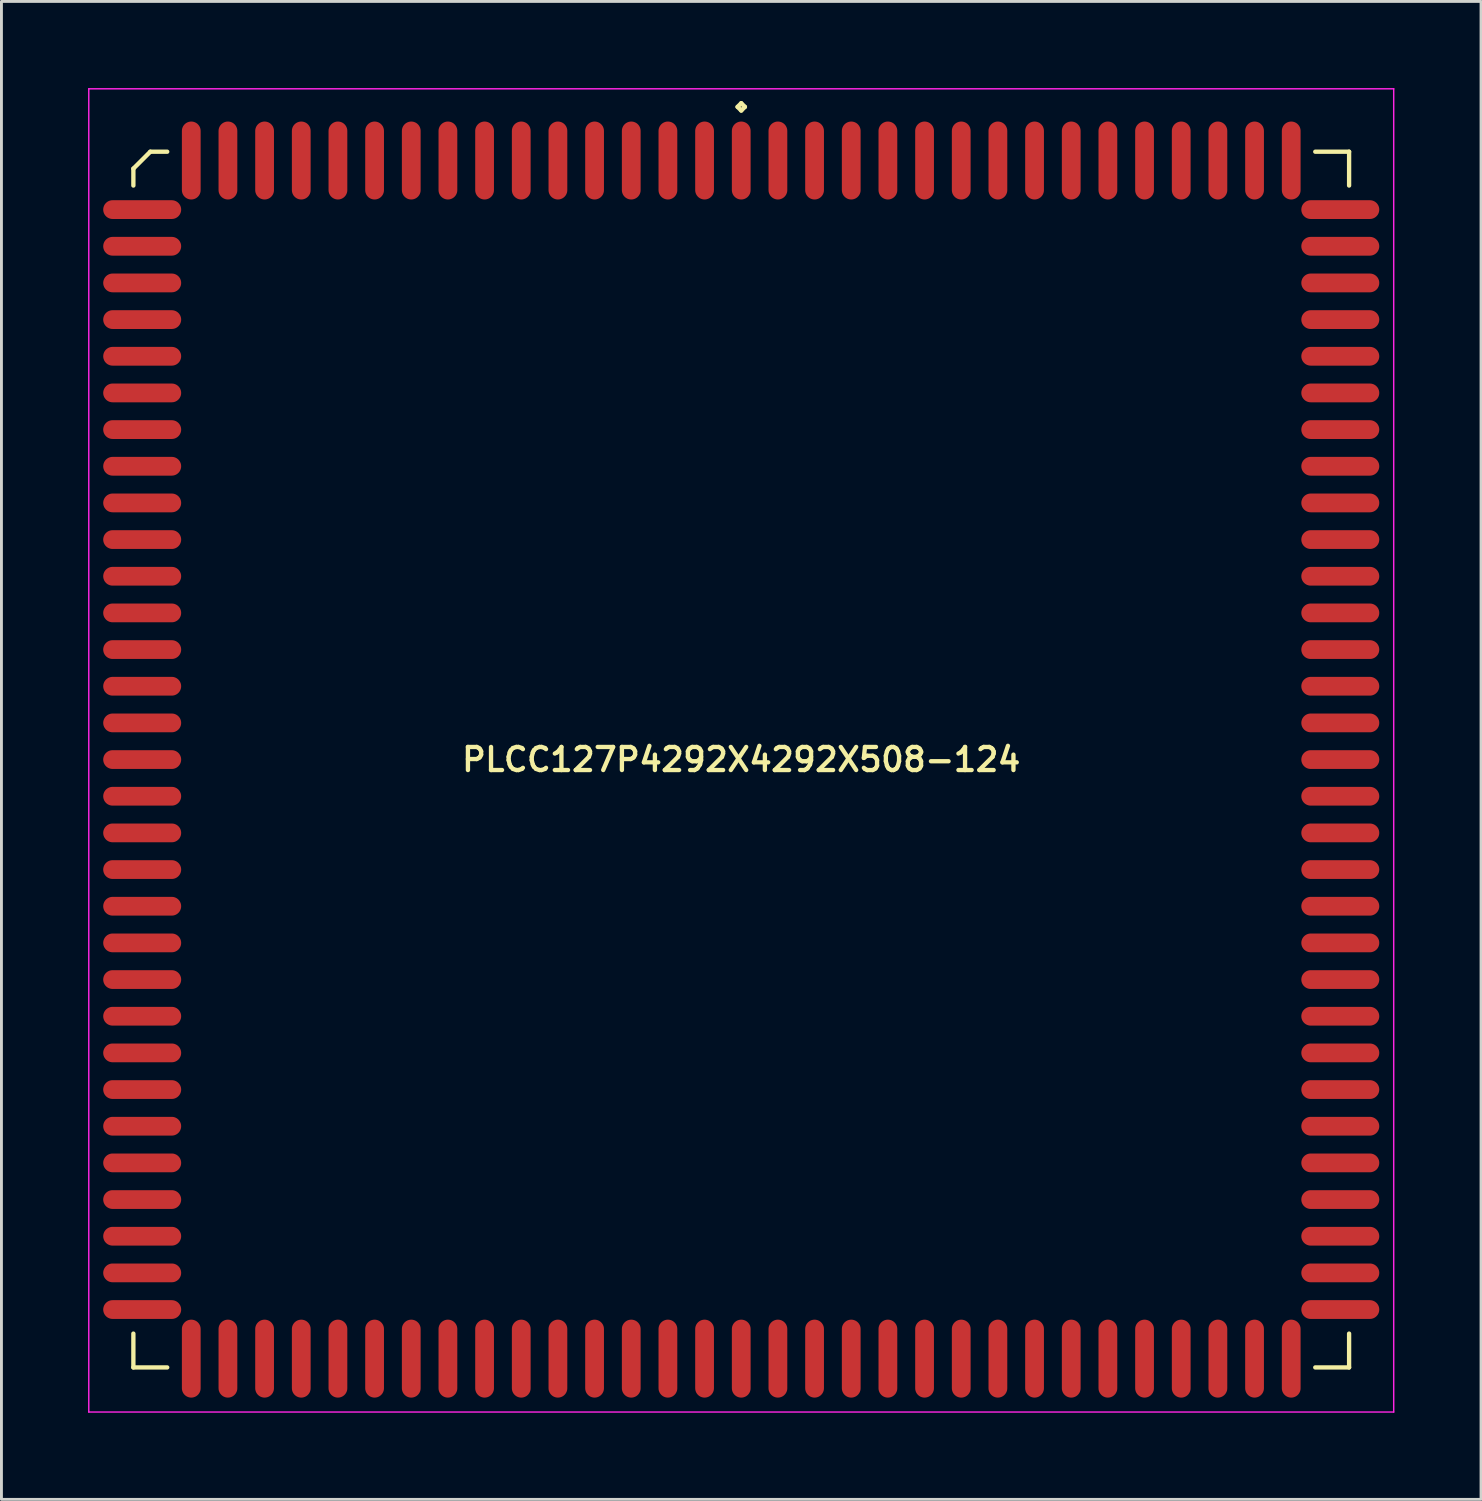
<source format=kicad_pcb>
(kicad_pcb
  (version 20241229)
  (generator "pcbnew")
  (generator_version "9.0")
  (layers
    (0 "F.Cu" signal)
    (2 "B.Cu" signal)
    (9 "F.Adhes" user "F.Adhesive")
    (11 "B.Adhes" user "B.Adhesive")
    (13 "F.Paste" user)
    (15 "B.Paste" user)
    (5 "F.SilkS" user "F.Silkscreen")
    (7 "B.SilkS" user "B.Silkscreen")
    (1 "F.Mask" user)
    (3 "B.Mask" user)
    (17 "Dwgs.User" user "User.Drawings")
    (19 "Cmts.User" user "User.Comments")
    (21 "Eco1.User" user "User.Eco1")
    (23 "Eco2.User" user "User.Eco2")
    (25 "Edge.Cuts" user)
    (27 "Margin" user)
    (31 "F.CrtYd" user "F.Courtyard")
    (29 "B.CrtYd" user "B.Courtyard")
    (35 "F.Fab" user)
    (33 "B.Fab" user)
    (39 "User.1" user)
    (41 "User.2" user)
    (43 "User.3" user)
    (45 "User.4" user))
  (footprint "PLCC127P4292X4292X508-124"
    (layer "F.Cu")
    (at 22.625 23.26)
    (property "Reference" "PLCC127P4292X4292X508-124" (at 0 0 0) (layer "F.SilkS") (effects (font (size 0.8 0.8) (thickness 0.15))))
    (attr smd)
    (fp_line (start -21.055 -20.469) (end -20.469 -21.055) (stroke (width 0.15) (type solid)) (layer "F.SilkS"))
    (fp_line (start -21.055 -19.883) (end -21.055 -20.469) (stroke (width 0.15) (type solid)) (layer "F.SilkS"))
    (fp_line (start -21.055 19.883) (end -21.055 21.055) (stroke (width 0.15) (type solid)) (layer "F.SilkS"))
    (fp_line (start -21.055 21.055) (end -19.883 21.055) (stroke (width 0.15) (type solid)) (layer "F.SilkS"))
    (fp_line (start -20.469 -21.055) (end -19.883 -21.055) (stroke (width 0.15) (type solid)) (layer "F.SilkS"))
    (fp_line (start -0.127 -22.608) (end 0 -22.735) (stroke (width 0.15) (type solid)) (layer "F.SilkS"))
    (fp_line (start 0 -22.735) (end 0.127 -22.608) (stroke (width 0.15) (type solid)) (layer "F.SilkS"))
    (fp_line (start 0 -22.481) (end -0.127 -22.608) (stroke (width 0.15) (type solid)) (layer "F.SilkS"))
    (fp_line (start 0.127 -22.608) (end 0 -22.481) (stroke (width 0.15) (type solid)) (layer "F.SilkS"))
    (fp_line (start 21.055 -21.055) (end 19.883 -21.055) (stroke (width 0.15) (type solid)) (layer "F.SilkS"))
    (fp_line (start 21.055 -19.883) (end 21.055 -21.055) (stroke (width 0.15) (type solid)) (layer "F.SilkS"))
    (fp_line (start 21.055 19.883) (end 21.055 21.055) (stroke (width 0.15) (type solid)) (layer "F.SilkS"))
    (fp_line (start 21.055 21.055) (end 19.883 21.055) (stroke (width 0.15) (type solid)) (layer "F.SilkS"))
    (fp_line (start -22.6 -23.235) (end 22.6 -23.235) (stroke (width 0.05) (type solid)) (layer "F.CrtYd"))
    (fp_line (start -22.6 22.6) (end -22.6 -23.235) (stroke (width 0.05) (type solid)) (layer "F.CrtYd"))
    (fp_line (start 22.6 -23.235) (end 22.6 22.6) (stroke (width 0.05) (type solid)) (layer "F.CrtYd"))
    (fp_line (start 22.6 22.6) (end -22.6 22.6) (stroke (width 0.05) (type solid)) (layer "F.CrtYd"))
    (pad "1" smd oval (at 0 -20.75) (size 0.65 2.7) (layers "F.Cu" "F.Mask" "F.Paste"))
    (pad "2" smd oval (at -1.27 -20.75) (size 0.65 2.7) (layers "F.Cu" "F.Mask" "F.Paste"))
    (pad "3" smd oval (at -2.54 -20.75) (size 0.65 2.7) (layers "F.Cu" "F.Mask" "F.Paste"))
    (pad "4" smd oval (at -3.81 -20.75) (size 0.65 2.7) (layers "F.Cu" "F.Mask" "F.Paste"))
    (pad "5" smd oval (at -5.08 -20.75) (size 0.65 2.7) (layers "F.Cu" "F.Mask" "F.Paste"))
    (pad "6" smd oval (at -6.35 -20.75) (size 0.65 2.7) (layers "F.Cu" "F.Mask" "F.Paste"))
    (pad "7" smd oval (at -7.62 -20.75) (size 0.65 2.7) (layers "F.Cu" "F.Mask" "F.Paste"))
    (pad "8" smd oval (at -8.89 -20.75) (size 0.65 2.7) (layers "F.Cu" "F.Mask" "F.Paste"))
    (pad "9" smd oval (at -10.16 -20.75) (size 0.65 2.7) (layers "F.Cu" "F.Mask" "F.Paste"))
    (pad "10" smd oval (at -11.43 -20.75) (size 0.65 2.7) (layers "F.Cu" "F.Mask" "F.Paste"))
    (pad "11" smd oval (at -12.7 -20.75) (size 0.65 2.7) (layers "F.Cu" "F.Mask" "F.Paste"))
    (pad "12" smd oval (at -13.97 -20.75) (size 0.65 2.7) (layers "F.Cu" "F.Mask" "F.Paste"))
    (pad "13" smd oval (at -15.24 -20.75) (size 0.65 2.7) (layers "F.Cu" "F.Mask" "F.Paste"))
    (pad "14" smd oval (at -16.51 -20.75) (size 0.65 2.7) (layers "F.Cu" "F.Mask" "F.Paste"))
    (pad "15" smd oval (at -17.78 -20.75) (size 0.65 2.7) (layers "F.Cu" "F.Mask" "F.Paste"))
    (pad "16" smd oval (at -19.05 -20.75) (size 0.65 2.7) (layers "F.Cu" "F.Mask" "F.Paste"))
    (pad "17" smd oval (at -20.75 -19.05) (size 2.7 0.65) (layers "F.Cu" "F.Mask" "F.Paste"))
    (pad "18" smd oval (at -20.75 -17.78) (size 2.7 0.65) (layers "F.Cu" "F.Mask" "F.Paste"))
    (pad "19" smd oval (at -20.75 -16.51) (size 2.7 0.65) (layers "F.Cu" "F.Mask" "F.Paste"))
    (pad "20" smd oval (at -20.75 -15.24) (size 2.7 0.65) (layers "F.Cu" "F.Mask" "F.Paste"))
    (pad "21" smd oval (at -20.75 -13.97) (size 2.7 0.65) (layers "F.Cu" "F.Mask" "F.Paste"))
    (pad "22" smd oval (at -20.75 -12.7) (size 2.7 0.65) (layers "F.Cu" "F.Mask" "F.Paste"))
    (pad "23" smd oval (at -20.75 -11.43) (size 2.7 0.65) (layers "F.Cu" "F.Mask" "F.Paste"))
    (pad "24" smd oval (at -20.75 -10.16) (size 2.7 0.65) (layers "F.Cu" "F.Mask" "F.Paste"))
    (pad "25" smd oval (at -20.75 -8.89) (size 2.7 0.65) (layers "F.Cu" "F.Mask" "F.Paste"))
    (pad "26" smd oval (at -20.75 -7.62) (size 2.7 0.65) (layers "F.Cu" "F.Mask" "F.Paste"))
    (pad "27" smd oval (at -20.75 -6.35) (size 2.7 0.65) (layers "F.Cu" "F.Mask" "F.Paste"))
    (pad "28" smd oval (at -20.75 -5.08) (size 2.7 0.65) (layers "F.Cu" "F.Mask" "F.Paste"))
    (pad "29" smd oval (at -20.75 -3.81) (size 2.7 0.65) (layers "F.Cu" "F.Mask" "F.Paste"))
    (pad "30" smd oval (at -20.75 -2.54) (size 2.7 0.65) (layers "F.Cu" "F.Mask" "F.Paste"))
    (pad "31" smd oval (at -20.75 -1.27) (size 2.7 0.65) (layers "F.Cu" "F.Mask" "F.Paste"))
    (pad "32" smd oval (at -20.75 0) (size 2.7 0.65) (layers "F.Cu" "F.Mask" "F.Paste"))
    (pad "33" smd oval (at -20.75 1.27) (size 2.7 0.65) (layers "F.Cu" "F.Mask" "F.Paste"))
    (pad "34" smd oval (at -20.75 2.54) (size 2.7 0.65) (layers "F.Cu" "F.Mask" "F.Paste"))
    (pad "35" smd oval (at -20.75 3.81) (size 2.7 0.65) (layers "F.Cu" "F.Mask" "F.Paste"))
    (pad "36" smd oval (at -20.75 5.08) (size 2.7 0.65) (layers "F.Cu" "F.Mask" "F.Paste"))
    (pad "37" smd oval (at -20.75 6.35) (size 2.7 0.65) (layers "F.Cu" "F.Mask" "F.Paste"))
    (pad "38" smd oval (at -20.75 7.62) (size 2.7 0.65) (layers "F.Cu" "F.Mask" "F.Paste"))
    (pad "39" smd oval (at -20.75 8.89) (size 2.7 0.65) (layers "F.Cu" "F.Mask" "F.Paste"))
    (pad "40" smd oval (at -20.75 10.16) (size 2.7 0.65) (layers "F.Cu" "F.Mask" "F.Paste"))
    (pad "41" smd oval (at -20.75 11.43) (size 2.7 0.65) (layers "F.Cu" "F.Mask" "F.Paste"))
    (pad "42" smd oval (at -20.75 12.7) (size 2.7 0.65) (layers "F.Cu" "F.Mask" "F.Paste"))
    (pad "43" smd oval (at -20.75 13.97) (size 2.7 0.65) (layers "F.Cu" "F.Mask" "F.Paste"))
    (pad "44" smd oval (at -20.75 15.24) (size 2.7 0.65) (layers "F.Cu" "F.Mask" "F.Paste"))
    (pad "45" smd oval (at -20.75 16.51) (size 2.7 0.65) (layers "F.Cu" "F.Mask" "F.Paste"))
    (pad "46" smd oval (at -20.75 17.78) (size 2.7 0.65) (layers "F.Cu" "F.Mask" "F.Paste"))
    (pad "47" smd oval (at -20.75 19.05) (size 2.7 0.65) (layers "F.Cu" "F.Mask" "F.Paste"))
    (pad "48" smd oval (at -19.05 20.75) (size 0.65 2.7) (layers "F.Cu" "F.Mask" "F.Paste"))
    (pad "49" smd oval (at -17.78 20.75) (size 0.65 2.7) (layers "F.Cu" "F.Mask" "F.Paste"))
    (pad "50" smd oval (at -16.51 20.75) (size 0.65 2.7) (layers "F.Cu" "F.Mask" "F.Paste"))
    (pad "51" smd oval (at -15.24 20.75) (size 0.65 2.7) (layers "F.Cu" "F.Mask" "F.Paste"))
    (pad "52" smd oval (at -13.97 20.75) (size 0.65 2.7) (layers "F.Cu" "F.Mask" "F.Paste"))
    (pad "53" smd oval (at -12.7 20.75) (size 0.65 2.7) (layers "F.Cu" "F.Mask" "F.Paste"))
    (pad "54" smd oval (at -11.43 20.75) (size 0.65 2.7) (layers "F.Cu" "F.Mask" "F.Paste"))
    (pad "55" smd oval (at -10.16 20.75) (size 0.65 2.7) (layers "F.Cu" "F.Mask" "F.Paste"))
    (pad "56" smd oval (at -8.89 20.75) (size 0.65 2.7) (layers "F.Cu" "F.Mask" "F.Paste"))
    (pad "57" smd oval (at -7.62 20.75) (size 0.65 2.7) (layers "F.Cu" "F.Mask" "F.Paste"))
    (pad "58" smd oval (at -6.35 20.75) (size 0.65 2.7) (layers "F.Cu" "F.Mask" "F.Paste"))
    (pad "59" smd oval (at -5.08 20.75) (size 0.65 2.7) (layers "F.Cu" "F.Mask" "F.Paste"))
    (pad "60" smd oval (at -3.81 20.75) (size 0.65 2.7) (layers "F.Cu" "F.Mask" "F.Paste"))
    (pad "61" smd oval (at -2.54 20.75) (size 0.65 2.7) (layers "F.Cu" "F.Mask" "F.Paste"))
    (pad "62" smd oval (at -1.27 20.75) (size 0.65 2.7) (layers "F.Cu" "F.Mask" "F.Paste"))
    (pad "63" smd oval (at 0 20.75) (size 0.65 2.7) (layers "F.Cu" "F.Mask" "F.Paste"))
    (pad "64" smd oval (at 1.27 20.75) (size 0.65 2.7) (layers "F.Cu" "F.Mask" "F.Paste"))
    (pad "65" smd oval (at 2.54 20.75) (size 0.65 2.7) (layers "F.Cu" "F.Mask" "F.Paste"))
    (pad "66" smd oval (at 3.81 20.75) (size 0.65 2.7) (layers "F.Cu" "F.Mask" "F.Paste"))
    (pad "67" smd oval (at 5.08 20.75) (size 0.65 2.7) (layers "F.Cu" "F.Mask" "F.Paste"))
    (pad "68" smd oval (at 6.35 20.75) (size 0.65 2.7) (layers "F.Cu" "F.Mask" "F.Paste"))
    (pad "69" smd oval (at 7.62 20.75) (size 0.65 2.7) (layers "F.Cu" "F.Mask" "F.Paste"))
    (pad "70" smd oval (at 8.89 20.75) (size 0.65 2.7) (layers "F.Cu" "F.Mask" "F.Paste"))
    (pad "71" smd oval (at 10.16 20.75) (size 0.65 2.7) (layers "F.Cu" "F.Mask" "F.Paste"))
    (pad "72" smd oval (at 11.43 20.75) (size 0.65 2.7) (layers "F.Cu" "F.Mask" "F.Paste"))
    (pad "73" smd oval (at 12.7 20.75) (size 0.65 2.7) (layers "F.Cu" "F.Mask" "F.Paste"))
    (pad "74" smd oval (at 13.97 20.75) (size 0.65 2.7) (layers "F.Cu" "F.Mask" "F.Paste"))
    (pad "75" smd oval (at 15.24 20.75) (size 0.65 2.7) (layers "F.Cu" "F.Mask" "F.Paste"))
    (pad "76" smd oval (at 16.51 20.75) (size 0.65 2.7) (layers "F.Cu" "F.Mask" "F.Paste"))
    (pad "77" smd oval (at 17.78 20.75) (size 0.65 2.7) (layers "F.Cu" "F.Mask" "F.Paste"))
    (pad "78" smd oval (at 19.05 20.75) (size 0.65 2.7) (layers "F.Cu" "F.Mask" "F.Paste"))
    (pad "79" smd oval (at 20.75 19.05) (size 2.7 0.65) (layers "F.Cu" "F.Mask" "F.Paste"))
    (pad "80" smd oval (at 20.75 17.78) (size 2.7 0.65) (layers "F.Cu" "F.Mask" "F.Paste"))
    (pad "81" smd oval (at 20.75 16.51) (size 2.7 0.65) (layers "F.Cu" "F.Mask" "F.Paste"))
    (pad "82" smd oval (at 20.75 15.24) (size 2.7 0.65) (layers "F.Cu" "F.Mask" "F.Paste"))
    (pad "83" smd oval (at 20.75 13.97) (size 2.7 0.65) (layers "F.Cu" "F.Mask" "F.Paste"))
    (pad "84" smd oval (at 20.75 12.7) (size 2.7 0.65) (layers "F.Cu" "F.Mask" "F.Paste"))
    (pad "85" smd oval (at 20.75 11.43) (size 2.7 0.65) (layers "F.Cu" "F.Mask" "F.Paste"))
    (pad "86" smd oval (at 20.75 10.16) (size 2.7 0.65) (layers "F.Cu" "F.Mask" "F.Paste"))
    (pad "87" smd oval (at 20.75 8.89) (size 2.7 0.65) (layers "F.Cu" "F.Mask" "F.Paste"))
    (pad "88" smd oval (at 20.75 7.62) (size 2.7 0.65) (layers "F.Cu" "F.Mask" "F.Paste"))
    (pad "89" smd oval (at 20.75 6.35) (size 2.7 0.65) (layers "F.Cu" "F.Mask" "F.Paste"))
    (pad "90" smd oval (at 20.75 5.08) (size 2.7 0.65) (layers "F.Cu" "F.Mask" "F.Paste"))
    (pad "91" smd oval (at 20.75 3.81) (size 2.7 0.65) (layers "F.Cu" "F.Mask" "F.Paste"))
    (pad "92" smd oval (at 20.75 2.54) (size 2.7 0.65) (layers "F.Cu" "F.Mask" "F.Paste"))
    (pad "93" smd oval (at 20.75 1.27) (size 2.7 0.65) (layers "F.Cu" "F.Mask" "F.Paste"))
    (pad "94" smd oval (at 20.75 0) (size 2.7 0.65) (layers "F.Cu" "F.Mask" "F.Paste"))
    (pad "95" smd oval (at 20.75 -1.27) (size 2.7 0.65) (layers "F.Cu" "F.Mask" "F.Paste"))
    (pad "96" smd oval (at 20.75 -2.54) (size 2.7 0.65) (layers "F.Cu" "F.Mask" "F.Paste"))
    (pad "97" smd oval (at 20.75 -3.81) (size 2.7 0.65) (layers "F.Cu" "F.Mask" "F.Paste"))
    (pad "98" smd oval (at 20.75 -5.08) (size 2.7 0.65) (layers "F.Cu" "F.Mask" "F.Paste"))
    (pad "99" smd oval (at 20.75 -6.35) (size 2.7 0.65) (layers "F.Cu" "F.Mask" "F.Paste"))
    (pad "100" smd oval (at 20.75 -7.62) (size 2.7 0.65) (layers "F.Cu" "F.Mask" "F.Paste"))
    (pad "101" smd oval (at 20.75 -8.89) (size 2.7 0.65) (layers "F.Cu" "F.Mask" "F.Paste"))
    (pad "102" smd oval (at 20.75 -10.16) (size 2.7 0.65) (layers "F.Cu" "F.Mask" "F.Paste"))
    (pad "103" smd oval (at 20.75 -11.43) (size 2.7 0.65) (layers "F.Cu" "F.Mask" "F.Paste"))
    (pad "104" smd oval (at 20.75 -12.7) (size 2.7 0.65) (layers "F.Cu" "F.Mask" "F.Paste"))
    (pad "105" smd oval (at 20.75 -13.97) (size 2.7 0.65) (layers "F.Cu" "F.Mask" "F.Paste"))
    (pad "106" smd oval (at 20.75 -15.24) (size 2.7 0.65) (layers "F.Cu" "F.Mask" "F.Paste"))
    (pad "107" smd oval (at 20.75 -16.51) (size 2.7 0.65) (layers "F.Cu" "F.Mask" "F.Paste"))
    (pad "108" smd oval (at 20.75 -17.78) (size 2.7 0.65) (layers "F.Cu" "F.Mask" "F.Paste"))
    (pad "109" smd oval (at 20.75 -19.05) (size 2.7 0.65) (layers "F.Cu" "F.Mask" "F.Paste"))
    (pad "110" smd oval (at 19.05 -20.75) (size 0.65 2.7) (layers "F.Cu" "F.Mask" "F.Paste"))
    (pad "111" smd oval (at 17.78 -20.75) (size 0.65 2.7) (layers "F.Cu" "F.Mask" "F.Paste"))
    (pad "112" smd oval (at 16.51 -20.75) (size 0.65 2.7) (layers "F.Cu" "F.Mask" "F.Paste"))
    (pad "113" smd oval (at 15.24 -20.75) (size 0.65 2.7) (layers "F.Cu" "F.Mask" "F.Paste"))
    (pad "114" smd oval (at 13.97 -20.75) (size 0.65 2.7) (layers "F.Cu" "F.Mask" "F.Paste"))
    (pad "115" smd oval (at 12.7 -20.75) (size 0.65 2.7) (layers "F.Cu" "F.Mask" "F.Paste"))
    (pad "116" smd oval (at 11.43 -20.75) (size 0.65 2.7) (layers "F.Cu" "F.Mask" "F.Paste"))
    (pad "117" smd oval (at 10.16 -20.75) (size 0.65 2.7) (layers "F.Cu" "F.Mask" "F.Paste"))
    (pad "118" smd oval (at 8.89 -20.75) (size 0.65 2.7) (layers "F.Cu" "F.Mask" "F.Paste"))
    (pad "119" smd oval (at 7.62 -20.75) (size 0.65 2.7) (layers "F.Cu" "F.Mask" "F.Paste"))
    (pad "120" smd oval (at 6.35 -20.75) (size 0.65 2.7) (layers "F.Cu" "F.Mask" "F.Paste"))
    (pad "121" smd oval (at 5.08 -20.75) (size 0.65 2.7) (layers "F.Cu" "F.Mask" "F.Paste"))
    (pad "122" smd oval (at 3.81 -20.75) (size 0.65 2.7) (layers "F.Cu" "F.Mask" "F.Paste"))
    (pad "123" smd oval (at 2.54 -20.75) (size 0.65 2.7) (layers "F.Cu" "F.Mask" "F.Paste"))
    (pad "124" smd oval (at 1.27 -20.75) (size 0.65 2.7) (layers "F.Cu" "F.Mask" "F.Paste")))
  (gr_rect
    (start -3 -3)
    (end 48.25 48.885)
    (stroke (width 0.1) (type default))
    (fill no)
    (layer "Edge.Cuts")))
</source>
